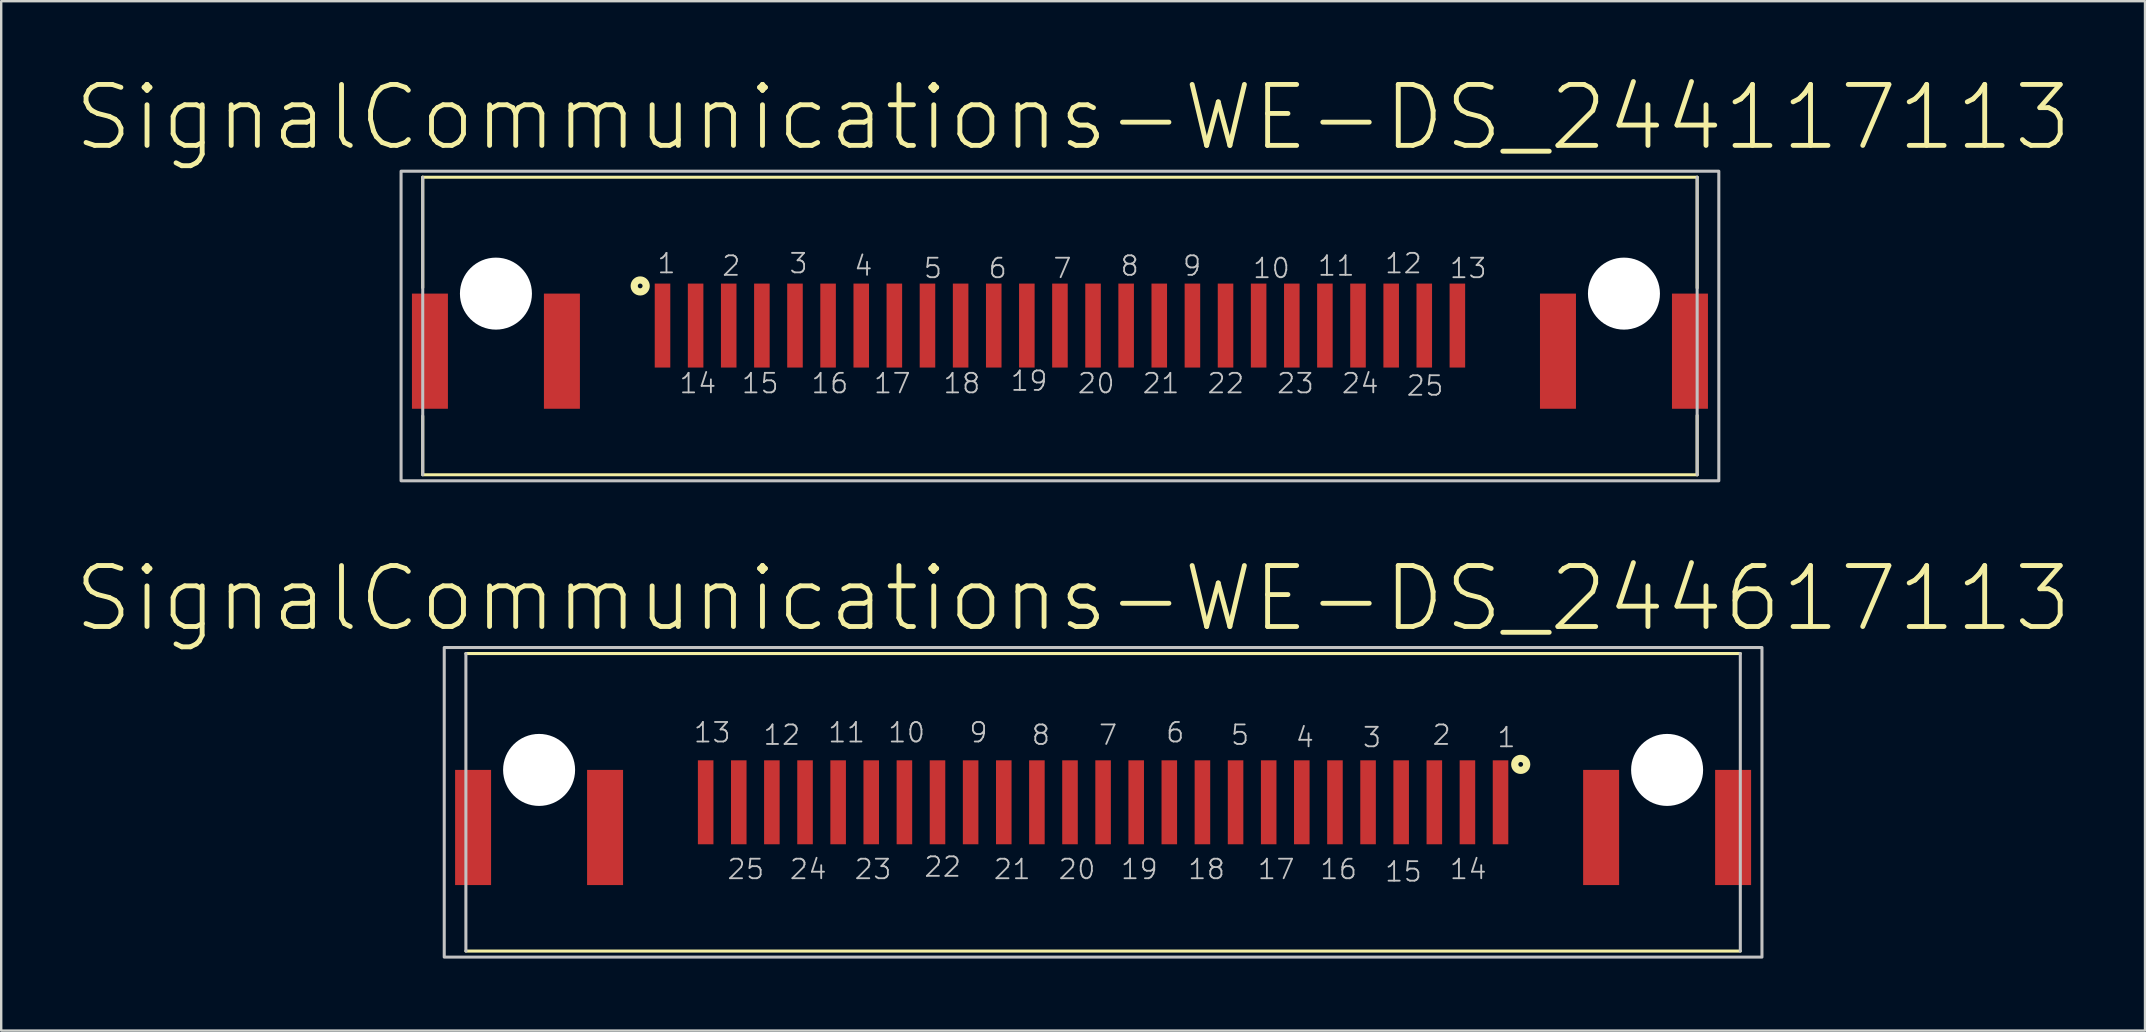
<source format=kicad_pcb>
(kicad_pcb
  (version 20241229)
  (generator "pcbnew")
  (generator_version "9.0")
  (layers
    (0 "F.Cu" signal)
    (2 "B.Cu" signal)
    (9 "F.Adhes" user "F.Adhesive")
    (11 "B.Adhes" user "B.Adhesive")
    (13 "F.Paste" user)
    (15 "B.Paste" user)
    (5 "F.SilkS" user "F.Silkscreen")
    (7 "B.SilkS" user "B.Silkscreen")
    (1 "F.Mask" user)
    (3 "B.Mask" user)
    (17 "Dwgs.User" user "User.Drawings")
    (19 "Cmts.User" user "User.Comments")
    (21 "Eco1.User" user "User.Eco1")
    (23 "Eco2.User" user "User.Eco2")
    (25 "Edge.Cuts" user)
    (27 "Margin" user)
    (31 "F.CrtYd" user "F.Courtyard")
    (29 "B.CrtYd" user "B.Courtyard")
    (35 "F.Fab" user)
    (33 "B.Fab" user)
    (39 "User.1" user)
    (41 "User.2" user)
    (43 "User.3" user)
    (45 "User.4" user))
  (footprint "SignalCommunications-WE-DS_244117113"
    (layer "F.Cu")
    (at 41.11 10.532)
    (property "Reference" "SignalCommunications-WE-DS_244117113" (at 0.549 -8.689 0) (layer "F.SilkS") (effects (font (size 2.54 2.54) (thickness 0.203))))
    (attr smd)
    (fp_line (start -26.548 -6.198) (end 26.548 -6.198) (stroke (width 0.127) (type solid)) (layer "F.SilkS"))
    (fp_line (start -26.548 -1.598) (end -26.548 -6.198) (stroke (width 0.127) (type solid)) (layer "F.SilkS"))
    (fp_line (start -26.548 3.749) (end -26.548 6.19) (stroke (width 0.127) (type solid)) (layer "F.SilkS"))
    (fp_line (start -26.548 6.198) (end 26.548 6.198) (stroke (width 0.127) (type solid)) (layer "F.SilkS"))
    (fp_line (start 26.548 -1.587) (end 26.548 -6.198) (stroke (width 0.127) (type solid)) (layer "F.SilkS"))
    (fp_line (start 26.548 3.729) (end 26.548 6.198) (stroke (width 0.127) (type solid)) (layer "F.SilkS"))
    (fp_circle (center -17.488 -1.669) (end -17.488 -1.768) (stroke (width 0.3) (type solid)) (fill no) (layer "F.SilkS"))
    (fp_line (start -26.548 -6.198) (end -26.548 6.198) (stroke (width 0.127) (type solid)) (layer "Dwgs.User"))
    (fp_line (start 26.548 -6.198) (end 26.548 6.198) (stroke (width 0.127) (type solid)) (layer "Dwgs.User"))
    (fp_poly (pts (xy -27.45 -6.449) (xy 27.45 -6.449) (xy 27.45 6.449) (xy -27.45 6.449) (xy -27.45 -6.449)) (stroke (width 0.127) (type solid)) (fill no) (layer "Dwgs.User"))
    (fp_text user "6" (at -2.593 -2.405 0) (layer "Dwgs.User") (effects (font (size 0.813 0.813) (thickness 0.076))))
    (fp_text user "16" (at -9.586 2.393 0) (layer "Dwgs.User") (effects (font (size 0.813 0.813) (thickness 0.076))))
    (fp_text user "4" (at -8.191 -2.504 0) (layer "Dwgs.User") (effects (font (size 0.813 0.813) (thickness 0.076))))
    (fp_text user "7" (at 0.104 -2.405 0) (layer "Dwgs.User") (effects (font (size 0.813 0.813) (thickness 0.076))))
    (fp_text user "25" (at 15.212 2.492 0) (layer "Dwgs.User") (effects (font (size 0.813 0.813) (thickness 0.076))))
    (fp_text user "10" (at 8.811 -2.405 0) (layer "Dwgs.User") (effects (font (size 0.813 0.813) (thickness 0.076))))
    (fp_text user "17" (at -6.985 2.393 0) (layer "Dwgs.User") (effects (font (size 0.813 0.813) (thickness 0.076))))
    (fp_text user "24" (at 12.512 2.393 0) (layer "Dwgs.User") (effects (font (size 0.813 0.813) (thickness 0.076))))
    (fp_text user "14" (at -15.085 2.393 0) (layer "Dwgs.User") (effects (font (size 0.813 0.813) (thickness 0.076))))
    (fp_text user "5" (at -5.293 -2.405 0) (layer "Dwgs.User") (effects (font (size 0.813 0.813) (thickness 0.076))))
    (fp_text user "3" (at -10.892 -2.606 0) (layer "Dwgs.User") (effects (font (size 0.813 0.813) (thickness 0.076))))
    (fp_text user "9" (at 5.504 -2.504 0) (layer "Dwgs.User") (effects (font (size 0.813 0.813) (thickness 0.076))))
    (fp_text user "13" (at 17.01 -2.405 0) (layer "Dwgs.User") (effects (font (size 0.813 0.813) (thickness 0.076))))
    (fp_text user "8" (at 2.906 -2.504 0) (layer "Dwgs.User") (effects (font (size 0.813 0.813) (thickness 0.076))))
    (fp_text user "11" (at 11.511 -2.504 0) (layer "Dwgs.User") (effects (font (size 0.813 0.813) (thickness 0.076))))
    (fp_text user "20" (at 1.511 2.393 0) (layer "Dwgs.User") (effects (font (size 0.813 0.813) (thickness 0.076))))
    (fp_text user "15" (at -12.487 2.393 0) (layer "Dwgs.User") (effects (font (size 0.813 0.813) (thickness 0.076))))
    (fp_text user "22" (at 6.911 2.393 0) (layer "Dwgs.User") (effects (font (size 0.813 0.813) (thickness 0.076))))
    (fp_text user "1" (at -16.393 -2.606 0) (layer "Dwgs.User") (effects (font (size 0.813 0.813) (thickness 0.076))))
    (fp_text user "21" (at 4.211 2.393 0) (layer "Dwgs.User") (effects (font (size 0.813 0.813) (thickness 0.076))))
    (fp_text user "18" (at -4.087 2.393 0) (layer "Dwgs.User") (effects (font (size 0.813 0.813) (thickness 0.076))))
    (fp_text user "19" (at -1.285 2.291 0) (layer "Dwgs.User") (effects (font (size 0.813 0.813) (thickness 0.076))))
    (fp_text user "2" (at -13.693 -2.504 0) (layer "Dwgs.User") (effects (font (size 0.813 0.813) (thickness 0.076))))
    (fp_text user "23" (at 9.812 2.393 0) (layer "Dwgs.User") (effects (font (size 0.813 0.813) (thickness 0.076))))
    (fp_text user "12" (at 14.31 -2.606 0) (layer "Dwgs.User") (effects (font (size 0.813 0.813) (thickness 0.076))))
    (pad "" np_thru_hole circle (at -23.498 -1.349) (size 3 3) (drill 3) (layers "*.Cu" "*.Mask"))
    (pad "" np_thru_hole circle (at 23.498 -1.349) (size 3 3) (drill 3) (layers "*.Cu" "*.Mask"))
    (pad "1" smd rect (at -16.558 -0.018) (size 0.648 3.498) (layers "F.Cu" "F.Mask" "F.Paste"))
    (pad "2" smd rect (at -13.8 -0.018) (size 0.648 3.498) (layers "F.Cu" "F.Mask" "F.Paste"))
    (pad "3" smd rect (at -11.039 -0.018) (size 0.648 3.498) (layers "F.Cu" "F.Mask" "F.Paste"))
    (pad "4" smd rect (at -8.278 -0.018) (size 0.648 3.498) (layers "F.Cu" "F.Mask" "F.Paste"))
    (pad "5" smd rect (at -5.519 -0.018) (size 0.648 3.498) (layers "F.Cu" "F.Mask" "F.Paste"))
    (pad "6" smd rect (at -2.758 -0.018) (size 0.648 3.498) (layers "F.Cu" "F.Mask" "F.Paste"))
    (pad "7" smd rect (at 0 -0.018) (size 0.648 3.498) (layers "F.Cu" "F.Mask" "F.Paste"))
    (pad "8" smd rect (at 2.758 -0.018) (size 0.648 3.498) (layers "F.Cu" "F.Mask" "F.Paste"))
    (pad "9" smd rect (at 5.519 -0.018) (size 0.648 3.498) (layers "F.Cu" "F.Mask" "F.Paste"))
    (pad "10" smd rect (at 8.278 -0.018) (size 0.648 3.498) (layers "F.Cu" "F.Mask" "F.Paste"))
    (pad "11" smd rect (at 11.039 -0.018) (size 0.648 3.498) (layers "F.Cu" "F.Mask" "F.Paste"))
    (pad "12" smd rect (at 13.8 -0.018) (size 0.648 3.498) (layers "F.Cu" "F.Mask" "F.Paste"))
    (pad "13" smd rect (at 16.558 -0.018) (size 0.648 3.498) (layers "F.Cu" "F.Mask" "F.Paste"))
    (pad "14" smd rect (at -15.179 -0.018) (size 0.648 3.498) (layers "F.Cu" "F.Mask" "F.Paste"))
    (pad "15" smd rect (at -12.418 -0.018) (size 0.648 3.498) (layers "F.Cu" "F.Mask" "F.Paste"))
    (pad "16" smd rect (at -9.66 -0.018) (size 0.648 3.498) (layers "F.Cu" "F.Mask" "F.Paste"))
    (pad "17" smd rect (at -6.899 -0.018) (size 0.648 3.498) (layers "F.Cu" "F.Mask" "F.Paste"))
    (pad "18" smd rect (at -4.138 -0.018) (size 0.648 3.498) (layers "F.Cu" "F.Mask" "F.Paste"))
    (pad "19" smd rect (at -1.379 -0.018) (size 0.648 3.498) (layers "F.Cu" "F.Mask" "F.Paste"))
    (pad "20" smd rect (at 1.379 -0.018) (size 0.648 3.498) (layers "F.Cu" "F.Mask" "F.Paste"))
    (pad "21" smd rect (at 4.138 -0.018) (size 0.648 3.498) (layers "F.Cu" "F.Mask" "F.Paste"))
    (pad "22" smd rect (at 6.899 -0.018) (size 0.648 3.498) (layers "F.Cu" "F.Mask" "F.Paste"))
    (pad "23" smd rect (at 9.66 -0.018) (size 0.648 3.498) (layers "F.Cu" "F.Mask" "F.Paste"))
    (pad "24" smd rect (at 12.418 -0.018) (size 0.648 3.498) (layers "F.Cu" "F.Mask" "F.Paste"))
    (pad "25" smd rect (at 15.179 -0.018) (size 0.648 3.498) (layers "F.Cu" "F.Mask" "F.Paste"))
    (pad "L1" smd rect (at -20.749 1.049) (size 1.499 4.798) (layers "F.Cu" "F.Mask" "F.Paste"))
    (pad "L2" smd rect (at -26.248 1.049) (size 1.499 4.798) (layers "F.Cu" "F.Mask" "F.Paste"))
    (pad "R1" smd rect (at 20.749 1.049) (size 1.499 4.798) (layers "F.Cu" "F.Mask" "F.Paste"))
    (pad "R2" smd rect (at 26.248 1.049) (size 1.499 4.798) (layers "F.Cu" "F.Mask" "F.Paste")))
  (footprint "SignalCommunications-WE-DS_244617113"
    (layer "F.Cu")
    (at 42.908 30.376)
    (property "Reference" "SignalCommunications-WE-DS_244617113" (at -1.25 -8.489 0) (layer "F.SilkS") (effects (font (size 2.54 2.54) (thickness 0.203))))
    (attr smd)
    (fp_line (start -26.548 -6.198) (end 26.548 -6.198) (stroke (width 0.127) (type solid)) (layer "F.SilkS"))
    (fp_line (start -26.548 6.198) (end 26.548 6.198) (stroke (width 0.127) (type solid)) (layer "F.SilkS"))
    (fp_circle (center 17.399 -1.58) (end 17.399 -1.679) (stroke (width 0.3) (type solid)) (fill no) (layer "F.SilkS"))
    (fp_line (start -26.548 -6.198) (end -26.548 6.198) (stroke (width 0.127) (type solid)) (layer "Dwgs.User"))
    (fp_line (start 26.548 -6.198) (end 26.548 6.198) (stroke (width 0.127) (type solid)) (layer "Dwgs.User"))
    (fp_poly (pts (xy -27.45 -6.449) (xy 27.45 -6.449) (xy 27.45 6.449) (xy -27.45 6.449) (xy -27.45 -6.449)) (stroke (width 0.127) (type solid)) (fill no) (layer "Dwgs.User"))
    (fp_text user "20" (at -1.087 2.791 0) (layer "Dwgs.User") (effects (font (size 0.813 0.813) (thickness 0.076))))
    (fp_text user "17" (at 7.211 2.791 0) (layer "Dwgs.User") (effects (font (size 0.813 0.813) (thickness 0.076))))
    (fp_text user "11" (at -10.686 -2.906 0) (layer "Dwgs.User") (effects (font (size 0.813 0.813) (thickness 0.076))))
    (fp_text user "9" (at -5.192 -2.906 0) (layer "Dwgs.User") (effects (font (size 0.813 0.813) (thickness 0.076))))
    (fp_text user "13" (at -16.286 -2.906 0) (layer "Dwgs.User") (effects (font (size 0.813 0.813) (thickness 0.076))))
    (fp_text user "6" (at 3.005 -2.906 0) (layer "Dwgs.User") (effects (font (size 0.813 0.813) (thickness 0.076))))
    (fp_text user "8" (at -2.593 -2.804 0) (layer "Dwgs.User") (effects (font (size 0.813 0.813) (thickness 0.076))))
    (fp_text user "12" (at -13.386 -2.804 0) (layer "Dwgs.User") (effects (font (size 0.813 0.813) (thickness 0.076))))
    (fp_text user "18" (at 4.31 2.791 0) (layer "Dwgs.User") (effects (font (size 0.813 0.813) (thickness 0.076))))
    (fp_text user "15" (at 12.512 2.893 0) (layer "Dwgs.User") (effects (font (size 0.813 0.813) (thickness 0.076))))
    (fp_text user "24" (at -12.286 2.791 0) (layer "Dwgs.User") (effects (font (size 0.813 0.813) (thickness 0.076))))
    (fp_text user "10" (at -8.186 -2.906 0) (layer "Dwgs.User") (effects (font (size 0.813 0.813) (thickness 0.076))))
    (fp_text user "5" (at 5.705 -2.804 0) (layer "Dwgs.User") (effects (font (size 0.813 0.813) (thickness 0.076))))
    (fp_text user "2" (at 14.105 -2.804 0) (layer "Dwgs.User") (effects (font (size 0.813 0.813) (thickness 0.076))))
    (fp_text user "3" (at 11.204 -2.705 0) (layer "Dwgs.User") (effects (font (size 0.813 0.813) (thickness 0.076))))
    (fp_text user "1" (at 16.805 -2.705 0) (layer "Dwgs.User") (effects (font (size 0.813 0.813) (thickness 0.076))))
    (fp_text user "14" (at 15.212 2.791 0) (layer "Dwgs.User") (effects (font (size 0.813 0.813) (thickness 0.076))))
    (fp_text user "22" (at -6.685 2.692 0) (layer "Dwgs.User") (effects (font (size 0.813 0.813) (thickness 0.076))))
    (fp_text user "19" (at 1.511 2.791 0) (layer "Dwgs.User") (effects (font (size 0.813 0.813) (thickness 0.076))))
    (fp_text user "25" (at -14.887 2.791 0) (layer "Dwgs.User") (effects (font (size 0.813 0.813) (thickness 0.076))))
    (fp_text user "16" (at 9.812 2.791 0) (layer "Dwgs.User") (effects (font (size 0.813 0.813) (thickness 0.076))))
    (fp_text user "21" (at -3.787 2.791 0) (layer "Dwgs.User") (effects (font (size 0.813 0.813) (thickness 0.076))))
    (fp_text user "23" (at -9.586 2.791 0) (layer "Dwgs.User") (effects (font (size 0.813 0.813) (thickness 0.076))))
    (fp_text user "7" (at 0.206 -2.804 0) (layer "Dwgs.User") (effects (font (size 0.813 0.813) (thickness 0.076))))
    (fp_text user "4" (at 8.405 -2.705 0) (layer "Dwgs.User") (effects (font (size 0.813 0.813) (thickness 0.076))))
    (pad "" np_thru_hole circle (at -23.498 -1.349) (size 3 3) (drill 3) (layers "*.Cu" "*.Mask"))
    (pad "" np_thru_hole circle (at 23.498 -1.349) (size 3 3) (drill 3) (layers "*.Cu" "*.Mask"))
    (pad "1" smd rect (at 16.558 0) (size 0.648 3.498) (layers "F.Cu" "F.Mask" "F.Paste"))
    (pad "2" smd rect (at 13.8 0) (size 0.648 3.498) (layers "F.Cu" "F.Mask" "F.Paste"))
    (pad "3" smd rect (at 11.039 0) (size 0.648 3.498) (layers "F.Cu" "F.Mask" "F.Paste"))
    (pad "4" smd rect (at 8.278 0) (size 0.648 3.498) (layers "F.Cu" "F.Mask" "F.Paste"))
    (pad "5" smd rect (at 5.519 0) (size 0.648 3.498) (layers "F.Cu" "F.Mask" "F.Paste"))
    (pad "6" smd rect (at 2.758 0) (size 0.648 3.498) (layers "F.Cu" "F.Mask" "F.Paste"))
    (pad "7" smd rect (at 0 0) (size 0.648 3.498) (layers "F.Cu" "F.Mask" "F.Paste"))
    (pad "8" smd rect (at -2.758 0) (size 0.648 3.498) (layers "F.Cu" "F.Mask" "F.Paste"))
    (pad "9" smd rect (at -5.519 0) (size 0.648 3.498) (layers "F.Cu" "F.Mask" "F.Paste"))
    (pad "10" smd rect (at -8.278 0) (size 0.648 3.498) (layers "F.Cu" "F.Mask" "F.Paste"))
    (pad "11" smd rect (at -11.039 0) (size 0.648 3.498) (layers "F.Cu" "F.Mask" "F.Paste"))
    (pad "12" smd rect (at -13.8 0) (size 0.648 3.498) (layers "F.Cu" "F.Mask" "F.Paste"))
    (pad "13" smd rect (at -16.558 0) (size 0.648 3.498) (layers "F.Cu" "F.Mask" "F.Paste"))
    (pad "14" smd rect (at 15.179 0) (size 0.648 3.498) (layers "F.Cu" "F.Mask" "F.Paste"))
    (pad "15" smd rect (at 12.418 0) (size 0.648 3.498) (layers "F.Cu" "F.Mask" "F.Paste"))
    (pad "16" smd rect (at 9.66 0) (size 0.648 3.498) (layers "F.Cu" "F.Mask" "F.Paste"))
    (pad "17" smd rect (at 6.899 0) (size 0.648 3.498) (layers "F.Cu" "F.Mask" "F.Paste"))
    (pad "18" smd rect (at 4.138 0) (size 0.648 3.498) (layers "F.Cu" "F.Mask" "F.Paste"))
    (pad "19" smd rect (at 1.379 0) (size 0.648 3.498) (layers "F.Cu" "F.Mask" "F.Paste"))
    (pad "20" smd rect (at -1.379 0) (size 0.648 3.498) (layers "F.Cu" "F.Mask" "F.Paste"))
    (pad "21" smd rect (at -4.138 0) (size 0.648 3.498) (layers "F.Cu" "F.Mask" "F.Paste"))
    (pad "22" smd rect (at -6.899 0) (size 0.648 3.498) (layers "F.Cu" "F.Mask" "F.Paste"))
    (pad "23" smd rect (at -9.66 0) (size 0.648 3.498) (layers "F.Cu" "F.Mask" "F.Paste"))
    (pad "24" smd rect (at -12.418 0) (size 0.648 3.498) (layers "F.Cu" "F.Mask" "F.Paste"))
    (pad "25" smd rect (at -15.179 0) (size 0.648 3.498) (layers "F.Cu" "F.Mask" "F.Paste"))
    (pad "L1" smd rect (at -20.749 1.049) (size 1.499 4.798) (layers "F.Cu" "F.Mask" "F.Paste"))
    (pad "L2" smd rect (at -26.248 1.049) (size 1.499 4.798) (layers "F.Cu" "F.Mask" "F.Paste"))
    (pad "R1" smd rect (at 20.749 1.049) (size 1.499 4.798) (layers "F.Cu" "F.Mask" "F.Paste"))
    (pad "R2" smd rect (at 26.248 1.049) (size 1.499 4.798) (layers "F.Cu" "F.Mask" "F.Paste")))
  (gr_rect
    (start -3 -3)
    (end 86.317 39.888)
    (stroke (width 0.1) (type default))
    (fill no)
    (layer "Edge.Cuts")))
</source>
